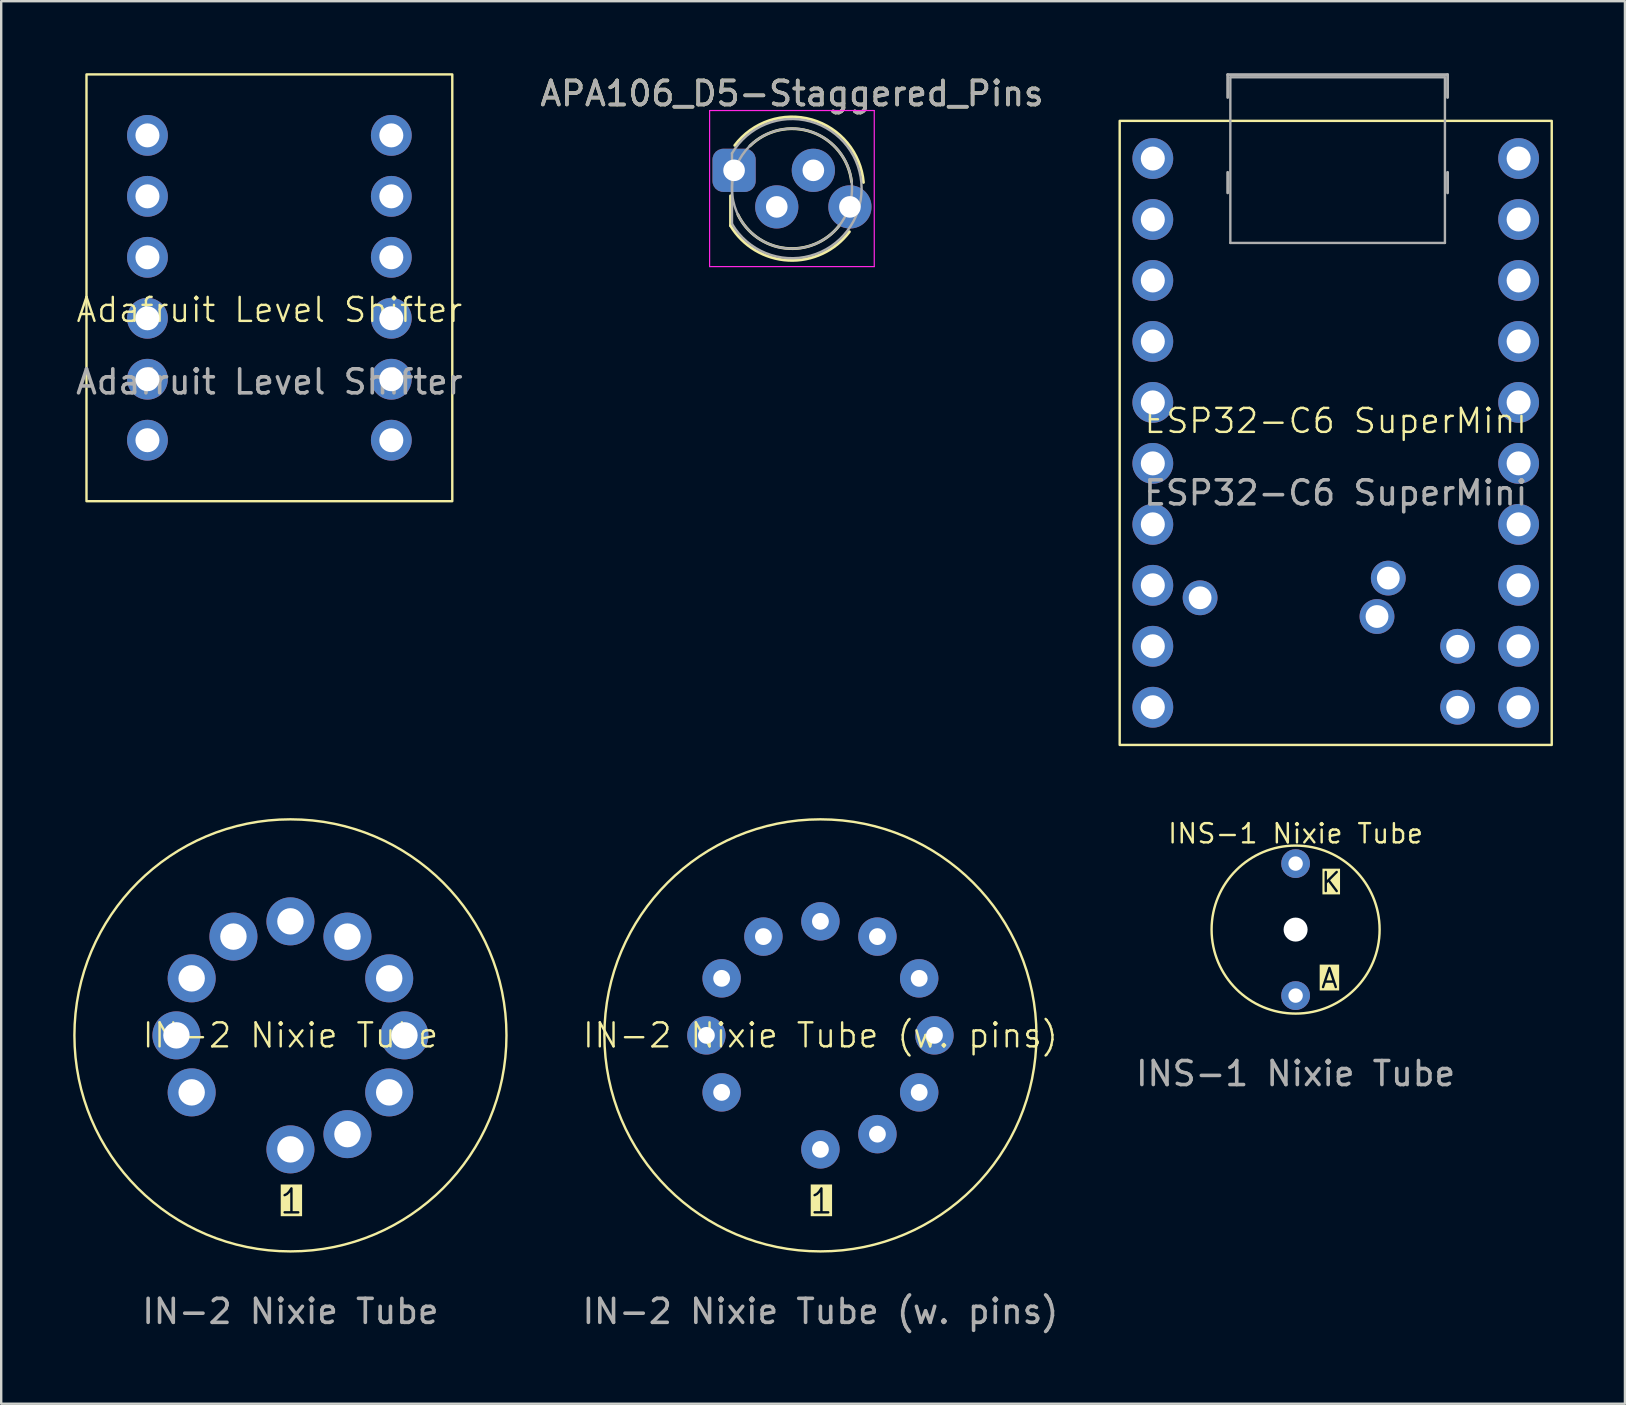
<source format=kicad_pcb>
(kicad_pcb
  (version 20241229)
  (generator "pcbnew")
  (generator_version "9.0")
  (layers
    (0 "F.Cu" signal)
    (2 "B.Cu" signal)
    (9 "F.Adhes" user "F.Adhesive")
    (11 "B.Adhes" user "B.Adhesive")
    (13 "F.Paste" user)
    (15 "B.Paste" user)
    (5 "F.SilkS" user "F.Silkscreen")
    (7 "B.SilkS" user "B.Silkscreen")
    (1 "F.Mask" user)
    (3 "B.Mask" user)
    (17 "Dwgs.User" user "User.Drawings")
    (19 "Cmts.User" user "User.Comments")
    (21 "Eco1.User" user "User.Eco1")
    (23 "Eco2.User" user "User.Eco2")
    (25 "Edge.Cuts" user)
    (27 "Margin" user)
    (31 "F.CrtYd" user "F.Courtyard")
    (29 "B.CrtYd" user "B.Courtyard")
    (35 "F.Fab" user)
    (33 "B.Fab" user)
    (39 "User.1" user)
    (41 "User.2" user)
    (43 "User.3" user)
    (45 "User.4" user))
  (footprint "Adafruit Level Shifter"
    (layer "F.Cu")
    (at 8.173 8.94)
    (property "Reference" "Adafruit Level Shifter" (at 0 0.92 0) (unlocked yes) (layer "F.SilkS") (effects (font (size 1 1) (thickness 0.1))))
    (attr through_hole)
    (fp_rect (start -7.62 -8.89) (end 7.62 8.89) (stroke (width 0.1) (type default)) (fill no) (layer "F.SilkS"))
    (fp_text user "${REFERENCE}" (at 0 3.92 0) (unlocked yes) (layer "F.Fab") (effects (font (size 1 1) (thickness 0.15))))
    (pad "1" thru_hole circle (at -5.08 -6.35) (size 1.7 1.7) (drill 1) (layers "*.Cu" "*.Mask"))
    (pad "2" thru_hole circle (at -5.08 -3.81) (size 1.7 1.7) (drill 1) (layers "*.Cu" "*.Mask"))
    (pad "3" thru_hole circle (at -5.08 -1.27) (size 1.7 1.7) (drill 1) (layers "*.Cu" "*.Mask"))
    (pad "4" thru_hole circle (at -5.08 1.27) (size 1.7 1.7) (drill 1) (layers "*.Cu" "*.Mask"))
    (pad "5" thru_hole circle (at -5.08 3.81) (size 1.7 1.7) (drill 1) (layers "*.Cu" "*.Mask"))
    (pad "6" thru_hole circle (at -5.08 6.35) (size 1.7 1.7) (drill 1) (layers "*.Cu" "*.Mask"))
    (pad "7" thru_hole circle (at 5.08 6.35) (size 1.7 1.7) (drill 1) (layers "*.Cu" "*.Mask"))
    (pad "8" thru_hole circle (at 5.08 3.81) (size 1.7 1.7) (drill 1) (layers "*.Cu" "*.Mask"))
    (pad "9" thru_hole circle (at 5.08 1.27) (size 1.7 1.7) (drill 1) (layers "*.Cu" "*.Mask"))
    (pad "10" thru_hole circle (at 5.08 -1.27) (size 1.7 1.7) (drill 1) (layers "*.Cu" "*.Mask"))
    (pad "11" thru_hole circle (at 5.08 -3.81) (size 1.7 1.7) (drill 1) (layers "*.Cu" "*.Mask"))
    (pad "12" thru_hole circle (at 5.08 -6.35) (size 1.7 1.7) (drill 1) (layers "*.Cu" "*.Mask")))
  (footprint "INS-1 Nixie Tube"
    (layer "F.Cu")
    (at 50.927 35.678)
    (property "Reference" "INS-1 Nixie Tube" (at 0 -4 0) (unlocked yes) (layer "F.SilkS") (effects (font (size 0.8 0.8) (thickness 0.1))))
    (attr through_hole)
    (fp_circle (center 0 0) (end 3.5 0) (stroke (width 0.1) (type solid)) (fill no) (layer "F.SilkS"))
    (fp_text user "K" (at 1 -1.5 0) (unlocked yes) (layer "F.SilkS" knockout) (effects (font (size 0.8 0.8) (thickness 0.1)) (justify left bottom)))
    (fp_text user "A" (at 1 2.5 0) (unlocked yes) (layer "F.SilkS" knockout) (effects (font (size 0.8 0.8) (thickness 0.1)) (justify left bottom)))
    (fp_text user "${REFERENCE}" (at 0 6 0) (unlocked yes) (layer "F.Fab") (effects (font (size 1 1) (thickness 0.15))))
    (pad "" np_thru_hole circle (at 0 0) (size 1 1) (drill 3.2) (layers "*.Cu" "*.Mask"))
    (pad "1" thru_hole circle (at 0 -2.75) (size 1.2 1.2) (drill 0.6) (layers "*.Cu" "*.Mask"))
    (pad "2" thru_hole circle (at 0 2.75) (size 1.2 1.2) (drill 0.6) (layers "*.Cu" "*.Mask")))
  (footprint "ESP32-C6 SuperMini"
    (layer "F.Cu")
    (at 52.598 14.985)
    (property "Reference" "ESP32-C6 SuperMini" (at 0 -0.5 0) (unlocked yes) (layer "F.SilkS") (effects (font (size 1 1) (thickness 0.1))))
    (attr through_hole)
    (fp_rect (start -9 -13) (end 9 13) (stroke (width 0.1) (type solid)) (fill no) (layer "F.SilkS"))
    (fp_line (start -4.5 -13.975) (end -4.5 -14.925) (stroke (width 0.12) (type solid)) (layer "F.Fab"))
    (fp_line (start -4.5 -10) (end -4.5 -10.855) (stroke (width 0.12) (type solid)) (layer "F.Fab"))
    (fp_line (start -4.39 -7.915) (end -4.39 -14.815) (stroke (width 0.1) (type solid)) (layer "F.Fab"))
    (fp_line (start 4.55 -14.815) (end -4.39 -14.815) (stroke (width 0.1) (type solid)) (layer "F.Fab"))
    (fp_line (start 4.55 -7.915) (end -4.39 -7.915) (stroke (width 0.1) (type solid)) (layer "F.Fab"))
    (fp_line (start 4.55 -7.915) (end 4.55 -14.815) (stroke (width 0.1) (type solid)) (layer "F.Fab"))
    (fp_line (start 4.66 -14.925) (end -4.5 -14.925) (stroke (width 0.12) (type solid)) (layer "F.Fab"))
    (fp_line (start 4.66 -13.975) (end 4.66 -14.925) (stroke (width 0.12) (type solid)) (layer "F.Fab"))
    (fp_line (start 4.66 -10) (end 4.66 -10.855) (stroke (width 0.12) (type solid)) (layer "F.Fab"))
    (fp_text user "${REFERENCE}" (at 0 2.5 0) (unlocked yes) (layer "F.Fab") (effects (font (size 1 1) (thickness 0.15))))
    (pad "0" thru_hole circle (at -7.62 -6.35) (size 1.7 1.7) (drill 1) (layers "*.Cu" "*.Mask"))
    (pad "1" thru_hole circle (at -7.62 -3.81) (size 1.7 1.7) (drill 1) (layers "*.Cu" "*.Mask"))
    (pad "2" thru_hole circle (at -7.62 -1.27) (size 1.7 1.7) (drill 1) (layers "*.Cu" "*.Mask"))
    (pad "3" thru_hole circle (at -7.62 1.27) (size 1.7 1.7) (drill 1) (layers "*.Cu" "*.Mask"))
    (pad "4" thru_hole circle (at -7.62 3.81) (size 1.7 1.7) (drill 1) (layers "*.Cu" "*.Mask"))
    (pad "5" thru_hole circle (at -7.62 6.35) (size 1.7 1.7) (drill 1) (layers "*.Cu" "*.Mask"))
    (pad "6" thru_hole circle (at -7.62 8.89) (size 1.7 1.7) (drill 1) (layers "*.Cu" "*.Mask"))
    (pad "7" thru_hole circle (at -7.62 11.43) (size 1.7 1.7) (drill 1) (layers "*.Cu" "*.Mask"))
    (pad "8" thru_hole circle (at 7.62 11.43) (size 1.7 1.7) (drill 1) (layers "*.Cu" "*.Mask"))
    (pad "9" thru_hole circle (at 7.62 8.89) (size 1.7 1.7) (drill 1) (layers "*.Cu" "*.Mask"))
    (pad "12" thru_hole circle (at 5.08 8.89) (size 1.45 1.45) (drill 0.95) (layers "*.Cu" "*.Mask"))
    (pad "13" thru_hole circle (at 5.08 11.43) (size 1.45 1.45) (drill 0.95) (layers "*.Cu" "*.Mask"))
    (pad "14" thru_hole circle (at 7.62 6.35) (size 1.7 1.7) (drill 1) (layers "*.Cu" "*.Mask"))
    (pad "15" thru_hole circle (at 7.62 3.81) (size 1.7 1.7) (drill 1) (layers "*.Cu" "*.Mask"))
    (pad "16" thru_hole circle (at -7.62 -11.43) (size 1.7 1.7) (drill 1) (layers "*.Cu" "*.Mask"))
    (pad "17" thru_hole circle (at -7.62 -8.89) (size 1.7 1.7) (drill 1) (layers "*.Cu" "*.Mask"))
    (pad "18" thru_hole circle (at 7.62 1.27) (size 1.7 1.7) (drill 1) (layers "*.Cu" "*.Mask"))
    (pad "19" thru_hole circle (at 7.62 -1.27) (size 1.7 1.7) (drill 1) (layers "*.Cu" "*.Mask"))
    (pad "20" thru_hole circle (at 7.62 -3.81) (size 1.7 1.7) (drill 1) (layers "*.Cu" "*.Mask"))
    (pad "21" thru_hole circle (at 2.19 6.05) (size 1.45 1.45) (drill 0.95) (layers "*.Cu" "*.Mask"))
    (pad "22" thru_hole circle (at 1.72 7.65) (size 1.45 1.45) (drill 0.95) (layers "*.Cu" "*.Mask"))
    (pad "23" thru_hole circle (at -5.65 6.87) (size 1.45 1.45) (drill 0.95) (layers "*.Cu" "*.Mask"))
    (pad "24" thru_hole circle (at 7.62 -6.35) (size 1.7 1.7) (drill 1) (layers "*.Cu" "*.Mask"))
    (pad "25" thru_hole circle (at 7.62 -8.89) (size 1.7 1.7) (drill 1) (layers "*.Cu" "*.Mask"))
    (pad "26" thru_hole circle (at 7.62 -11.43) (size 1.7 1.7) (drill 1) (layers "*.Cu" "*.Mask")))
  (footprint "APA106_D5-Staggered_Pins"
    (layer "F.Cu")
    (at 29.946 4.808)
    (property "Reference" "APA106_D5-Staggered_Pins" (at 0 -3.96 0) (layer "F.SilkS") (effects (font (size 1 1) (thickness 0.15))))
    (attr through_hole)
    (fp_line (start -2.56 0.299) (end -2.56 1.545) (stroke (width 0.12) (type solid)) (layer "F.SilkS"))
    (fp_arc (start -2.385 -1.8) (mid 0.825737 -2.871652) (end 2.976836 -0.258216) (stroke (width 0.12) (type solid)) (layer "F.SilkS"))
    (fp_arc (start -1.752599 -1.777999) (mid 0.829766 -2.354649) (end 2.48009 -0.286421) (stroke (width 0.12) (type solid)) (layer "F.SilkS"))
    (fp_arc (start 1.959086 1.553056) (mid -0.278909 2.484393) (end -2.254684 1.08) (stroke (width 0.12) (type solid)) (layer "F.SilkS"))
    (fp_arc (start 2.391334 1.794887) (mid -0.150812 2.986194) (end -2.56 1.54483) (stroke (width 0.12) (type solid)) (layer "F.SilkS"))
    (fp_line (start -3.433 -3.252) (end 3.427 -3.252) (stroke (width 0.05) (type solid)) (layer "F.CrtYd"))
    (fp_line (start -3.433 3.248) (end -3.433 -3.252) (stroke (width 0.05) (type solid)) (layer "F.CrtYd"))
    (fp_line (start 3.427 -3.252) (end 3.427 3.248) (stroke (width 0.05) (type solid)) (layer "F.CrtYd"))
    (fp_line (start 3.427 3.248) (end -3.433 3.248) (stroke (width 0.05) (type solid)) (layer "F.CrtYd"))
    (fp_line (start -2.5 -1.47) (end -2.5 1.47) (stroke (width 0.1) (type solid)) (layer "F.Fab"))
    (fp_arc (start -2.5 -1.469694) (mid 2.9 0.000016) (end -2.500016 1.469666) (stroke (width 0.1) (type solid)) (layer "F.Fab"))
    (fp_circle (center 0 0) (end 2.5 0) (stroke (width 0.1) (type solid)) (fill no) (layer "F.Fab"))
    (fp_text user "${REFERENCE}" (at 0 -3.96 0) (layer "F.Fab") (effects (font (size 1 1) (thickness 0.15))))
    (pad "1" thru_hole circle (at 0.889 -0.762) (size 1.8 1.8) (drill 0.9) (layers "*.Cu" "*.Mask"))
    (pad "2" thru_hole roundrect (at -2.413 -0.762) (size 1.8 1.8) (drill 0.9) (layers "*.Cu" "*.Mask") (roundrect_rratio 0.25))
    (pad "3" thru_hole circle (at -0.635 0.762) (size 1.8 1.8) (drill 0.9) (layers "*.Cu" "*.Mask"))
    (pad "4" thru_hole circle (at 2.413 0.762) (size 1.8 1.8) (drill 0.9) (layers "*.Cu" "*.Mask")))
  (footprint "IN-2 Nixie Tube"
    (layer "F.Cu")
    (at 9.05 40.085)
    (property "Reference" "IN-2 Nixie Tube" (at 0 0 0) (unlocked yes) (layer "F.SilkS") (effects (font (size 1 1) (thickness 0.1))))
    (attr through_hole)
    (fp_circle (center 0 0) (end 9 0) (stroke (width 0.1) (type solid)) (fill no) (layer "F.SilkS"))
    (fp_text user "1" (at -0.5 7.5 0) (unlocked yes) (layer "F.SilkS" knockout) (effects (font (size 1 1) (thickness 0.1)) (justify left bottom)))
    (fp_text user "${REFERENCE}" (at 0 11.5 0) (unlocked yes) (layer "F.Fab") (effects (font (size 1 1) (thickness 0.15))))
    (pad "1" thru_hole circle (at 0 4.75) (size 2 2) (drill 1.1) (layers "*.Cu" "*.Mask"))
    (pad "2" thru_hole circle (at 2.375 4.115) (size 2 2) (drill 1.1) (layers "*.Cu" "*.Mask"))
    (pad "3" thru_hole circle (at 4.115 2.375) (size 2 2) (drill 1.1) (layers "*.Cu" "*.Mask"))
    (pad "4" thru_hole circle (at 4.75 0) (size 2 2) (drill 1.1) (layers "*.Cu" "*.Mask"))
    (pad "5" thru_hole circle (at 4.115 -2.375) (size 2 2) (drill 1.1) (layers "*.Cu" "*.Mask"))
    (pad "6" thru_hole circle (at 2.375 -4.115) (size 2 2) (drill 1.1) (layers "*.Cu" "*.Mask"))
    (pad "7" thru_hole circle (at 0 -4.75) (size 2 2) (drill 1.1) (layers "*.Cu" "*.Mask"))
    (pad "8" thru_hole circle (at -2.375 -4.115) (size 2 2) (drill 1.1) (layers "*.Cu" "*.Mask"))
    (pad "9" thru_hole circle (at -4.115 -2.375) (size 2 2) (drill 1.1) (layers "*.Cu" "*.Mask"))
    (pad "10" thru_hole circle (at -4.75 0) (size 2 2) (drill 1.1) (layers "*.Cu" "*.Mask"))
    (pad "11" thru_hole circle (at -4.115 2.375) (size 2 2) (drill 1.1) (layers "*.Cu" "*.Mask")))
  (footprint "IN-2 Nixie Tube (w. pins)"
    (layer "F.Cu")
    (at 31.13 40.085)
    (property "Reference" "IN-2 Nixie Tube (w. pins)" (at 0 0 0) (unlocked yes) (layer "F.SilkS") (effects (font (size 1 1) (thickness 0.1))))
    (attr through_hole)
    (fp_circle (center 0 0) (end 9 0) (stroke (width 0.1) (type solid)) (fill no) (layer "F.SilkS"))
    (fp_text user "1" (at -0.5 7.5 0) (unlocked yes) (layer "F.SilkS" knockout) (effects (font (size 1 1) (thickness 0.1)) (justify left bottom)))
    (fp_text user "${REFERENCE}" (at 0 11.5 0) (unlocked yes) (layer "F.Fab") (effects (font (size 1 1) (thickness 0.15))))
    (pad "1" thru_hole circle (at 0 4.75) (size 1.6 1.6) (drill 0.7) (layers "*.Cu" "*.Mask"))
    (pad "2" thru_hole circle (at 2.375 4.115) (size 1.6 1.6) (drill 0.7) (layers "*.Cu" "*.Mask"))
    (pad "3" thru_hole circle (at 4.115 2.375) (size 1.6 1.6) (drill 0.7) (layers "*.Cu" "*.Mask"))
    (pad "4" thru_hole circle (at 4.75 0) (size 1.6 1.6) (drill 0.7) (layers "*.Cu" "*.Mask"))
    (pad "5" thru_hole circle (at 4.115 -2.375) (size 1.6 1.6) (drill 0.7) (layers "*.Cu" "*.Mask"))
    (pad "6" thru_hole circle (at 2.375 -4.115) (size 1.6 1.6) (drill 0.7) (layers "*.Cu" "*.Mask"))
    (pad "7" thru_hole circle (at 0 -4.75) (size 1.6 1.6) (drill 0.7) (layers "*.Cu" "*.Mask"))
    (pad "8" thru_hole circle (at -2.375 -4.115) (size 1.6 1.6) (drill 0.7) (layers "*.Cu" "*.Mask"))
    (pad "9" thru_hole circle (at -4.115 -2.375) (size 1.6 1.6) (drill 0.7) (layers "*.Cu" "*.Mask"))
    (pad "10" thru_hole circle (at -4.75 0) (size 1.6 1.6) (drill 0.7) (layers "*.Cu" "*.Mask"))
    (pad "11" thru_hole circle (at -4.115 2.375) (size 1.6 1.6) (drill 0.7) (layers "*.Cu" "*.Mask")))
  (gr_rect
    (start -3 -3)
    (end 64.648 55.433)
    (stroke (width 0.1) (type default))
    (fill no)
    (layer "Edge.Cuts")))
</source>
